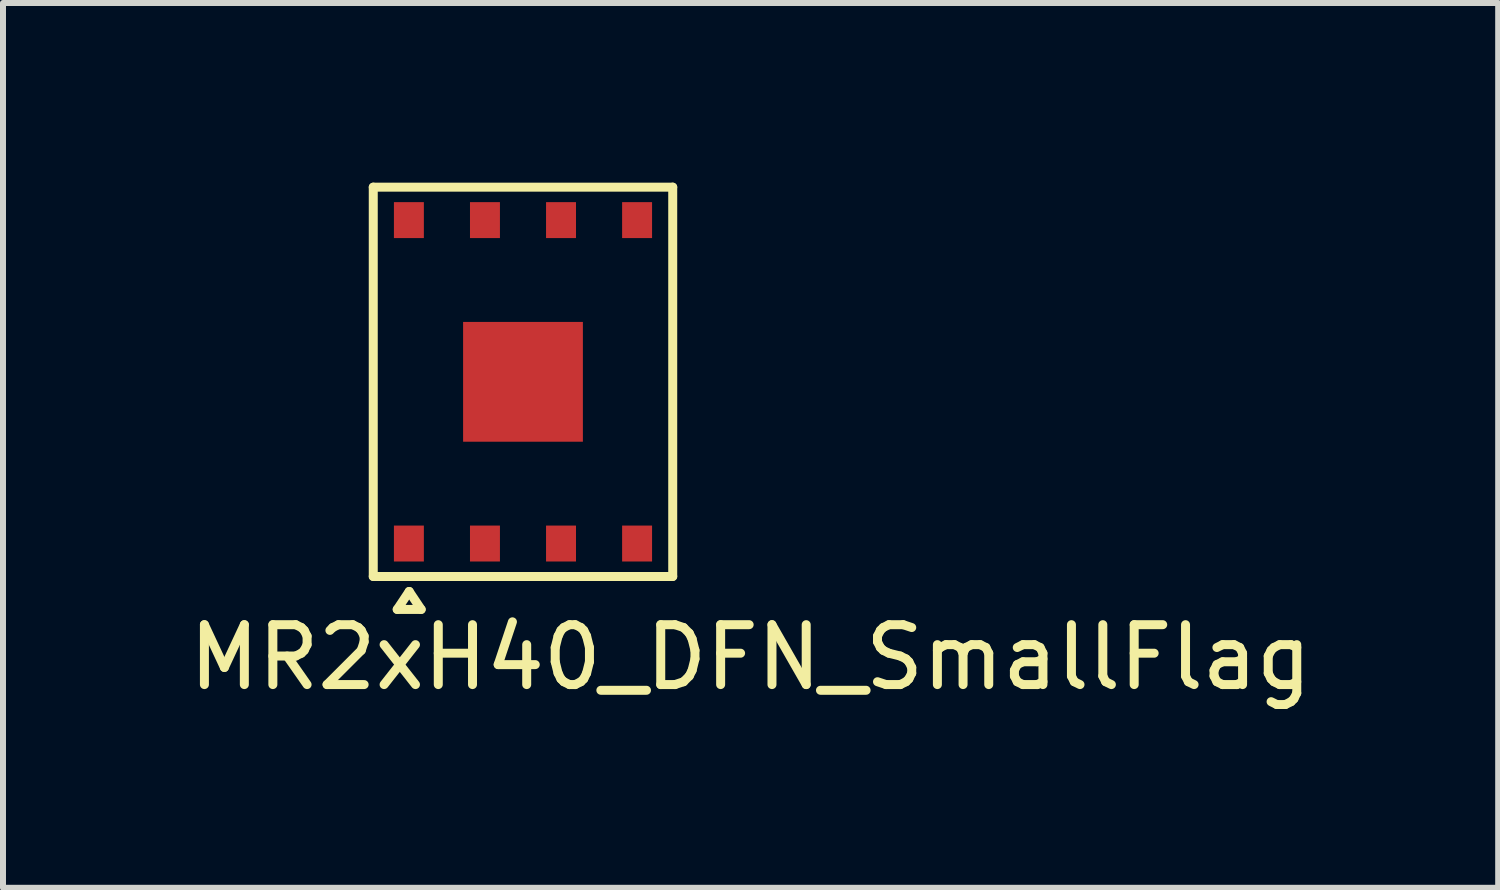
<source format=kicad_pcb>
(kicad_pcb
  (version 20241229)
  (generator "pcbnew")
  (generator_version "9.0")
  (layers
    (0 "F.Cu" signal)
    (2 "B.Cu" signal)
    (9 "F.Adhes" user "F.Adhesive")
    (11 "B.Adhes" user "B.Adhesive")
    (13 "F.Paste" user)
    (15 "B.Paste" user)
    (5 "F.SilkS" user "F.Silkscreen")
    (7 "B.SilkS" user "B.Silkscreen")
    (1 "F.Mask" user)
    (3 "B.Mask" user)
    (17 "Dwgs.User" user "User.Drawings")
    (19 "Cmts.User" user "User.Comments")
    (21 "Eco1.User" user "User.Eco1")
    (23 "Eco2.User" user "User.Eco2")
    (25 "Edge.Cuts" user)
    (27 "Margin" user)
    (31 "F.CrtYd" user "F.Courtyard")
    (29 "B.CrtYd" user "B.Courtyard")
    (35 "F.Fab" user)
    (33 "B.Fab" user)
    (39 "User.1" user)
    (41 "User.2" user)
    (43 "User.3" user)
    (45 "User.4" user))
  (footprint "MR2xH40_DFN_SmallFlag"
    (layer "F.Cu")
    (at 5.682 3.325)
    (property "Reference" "MR2xH40_DFN_SmallFlag" (at 3.8 4.6 0) (layer "F.SilkS") (effects (font (size 1 1) (thickness 0.15))))
    (attr through_hole)
    (fp_line (start -2.5 -3.25) (end -2.5 3.25) (stroke (width 0.15) (type solid)) (layer "F.SilkS"))
    (fp_line (start -2.5 3.25) (end 2.5 3.25) (stroke (width 0.15) (type solid)) (layer "F.SilkS"))
    (fp_line (start -2.1 3.8) (end -1.7 3.8) (stroke (width 0.15) (type solid)) (layer "F.SilkS"))
    (fp_line (start -1.9 3.5) (end -2.1 3.8) (stroke (width 0.15) (type solid)) (layer "F.SilkS"))
    (fp_line (start -1.7 3.8) (end -1.9 3.5) (stroke (width 0.15) (type solid)) (layer "F.SilkS"))
    (fp_line (start 2.5 -3.25) (end -2.5 -3.25) (stroke (width 0.15) (type solid)) (layer "F.SilkS"))
    (fp_line (start 2.5 3.25) (end 2.5 -3.25) (stroke (width 0.15) (type solid)) (layer "F.SilkS"))
    (pad "0" smd rect (at 0 0) (size 2 2) (layers "F.Cu" "F.Mask" "F.Paste"))
    (pad "1" smd rect (at -1.905 2.7) (size 0.5 0.6) (layers "F.Cu" "F.Mask" "F.Paste"))
    (pad "2" smd rect (at -0.635 2.7) (size 0.5 0.6) (layers "F.Cu" "F.Mask" "F.Paste"))
    (pad "3" smd rect (at 0.635 2.7) (size 0.5 0.6) (layers "F.Cu" "F.Mask" "F.Paste"))
    (pad "4" smd rect (at 1.905 2.7) (size 0.5 0.6) (layers "F.Cu" "F.Mask" "F.Paste"))
    (pad "5" smd rect (at 1.905 -2.7) (size 0.5 0.6) (layers "F.Cu" "F.Mask" "F.Paste"))
    (pad "6" smd rect (at 0.635 -2.7) (size 0.5 0.6) (layers "F.Cu" "F.Mask" "F.Paste"))
    (pad "7" smd rect (at -0.635 -2.7) (size 0.5 0.6) (layers "F.Cu" "F.Mask" "F.Paste"))
    (pad "8" smd rect (at -1.905 -2.7) (size 0.5 0.6) (layers "F.Cu" "F.Mask" "F.Paste")))
  (gr_rect
    (start -3 -3)
    (end 21.964 11.773)
    (stroke (width 0.1) (type default))
    (fill no)
    (layer "Edge.Cuts")))
</source>
